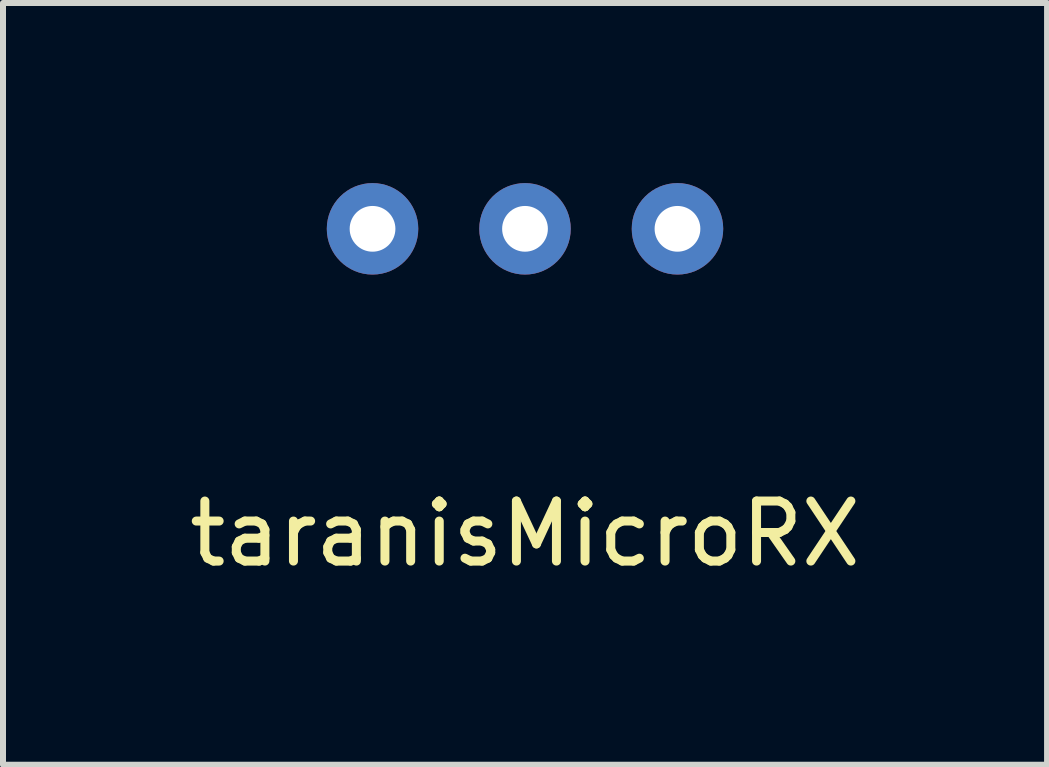
<source format=kicad_pcb>
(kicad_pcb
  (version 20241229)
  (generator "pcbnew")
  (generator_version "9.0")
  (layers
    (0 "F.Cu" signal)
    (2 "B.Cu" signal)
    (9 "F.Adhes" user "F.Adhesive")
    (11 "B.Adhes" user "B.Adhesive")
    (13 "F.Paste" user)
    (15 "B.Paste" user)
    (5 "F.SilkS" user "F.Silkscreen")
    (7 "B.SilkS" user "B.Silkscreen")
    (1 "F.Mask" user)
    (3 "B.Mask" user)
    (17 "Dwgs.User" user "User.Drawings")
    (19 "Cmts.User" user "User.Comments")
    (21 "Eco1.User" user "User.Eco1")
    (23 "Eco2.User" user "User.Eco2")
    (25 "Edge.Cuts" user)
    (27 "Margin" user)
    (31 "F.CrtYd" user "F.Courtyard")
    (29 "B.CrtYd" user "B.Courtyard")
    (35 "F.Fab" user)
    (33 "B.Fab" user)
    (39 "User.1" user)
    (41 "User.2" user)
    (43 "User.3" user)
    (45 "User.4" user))
  (footprint "taranisMicroRX"
    (layer "F.Cu")
    (at 5.696 3.302)
    (property "Reference" "taranisMicroRX" (at 0 2.54 0) (layer "F.SilkS") (effects (font (size 1 1) (thickness 0.15))))
    (attr through_hole)
    (pad "1" thru_hole circle (at -2.54 -2.54) (size 1.524 1.524) (drill 0.762) (layers "*.Cu" "*.Mask"))
    (pad "2" thru_hole circle (at 0 -2.54) (size 1.524 1.524) (drill 0.762) (layers "*.Cu" "*.Mask"))
    (pad "3" thru_hole circle (at 2.54 -2.54) (size 1.524 1.524) (drill 0.762) (layers "*.Cu" "*.Mask")))
  (gr_rect
    (start -3 -3)
    (end 14.393 9.69)
    (stroke (width 0.1) (type default))
    (fill no)
    (layer "Edge.Cuts")))
</source>
